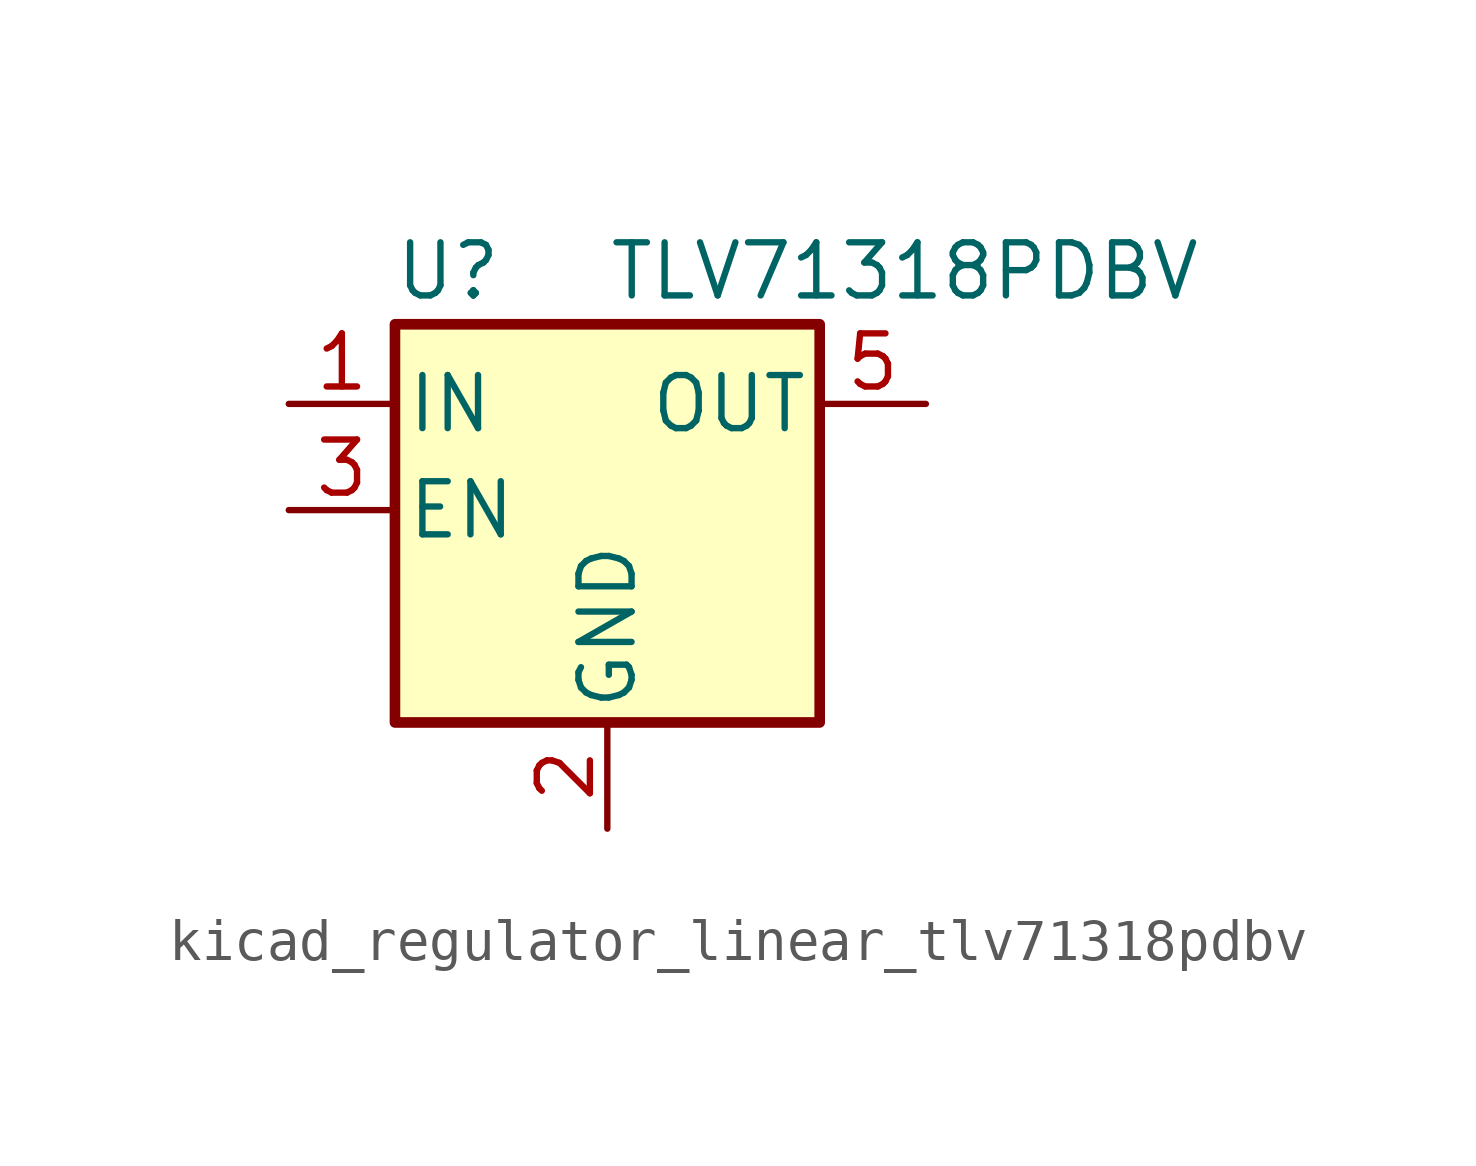
<source format=kicad_sym>
(kicad_symbol_lib
  (version 20220914)
  (generator kicad_symbol_editor)
  (symbol "kicad_regulator_linear_tlv71318pdbv"
    (pin_names
      (offset 0.254))
    (property "Reference" "U"
      (at -3.81 5.715 0)
      (effects (font (size 1.27 1.27))))
    (property "Value" "TLV71318PDBV"
      (at 0 5.715 0)
      (effects (font (size 1.27 1.27)) (justify left)))
    (symbol "kicad_regulator_linear_tlv71318pdbv_0_1"
      (rectangle (start -5.08 4.445) (end 5.08 -5.08) (stroke (width 0.254) (type default)) (fill (type background))))
    (symbol "kicad_regulator_linear_tlv71318pdbv_1_1"
      (pin power_in line (at -7.62 2.54 0) (length 2.54) (name "IN" (effects (font (size 1.27 1.27)))) (number "1" (effects (font (size 1.27 1.27)))))
      (pin power_in line (at 0 -7.62 90) (length 2.54) (name "GND" (effects (font (size 1.27 1.27)))) (number "2" (effects (font (size 1.27 1.27)))))
      (pin input line (at -7.62 0 0) (length 2.54) (name "EN" (effects (font (size 1.27 1.27)))) (number "3" (effects (font (size 1.27 1.27)))))
      (pin no_connect line (at 5.08 0 180) (length 2.54) hide (name "NC" (effects (font (size 1.27 1.27)))) (number "4" (effects (font (size 1.27 1.27)))))
      (pin power_out line (at 7.62 2.54 180) (length 2.54) (name "OUT" (effects (font (size 1.27 1.27)))) (number "5" (effects (font (size 1.27 1.27))))))))
</source>
